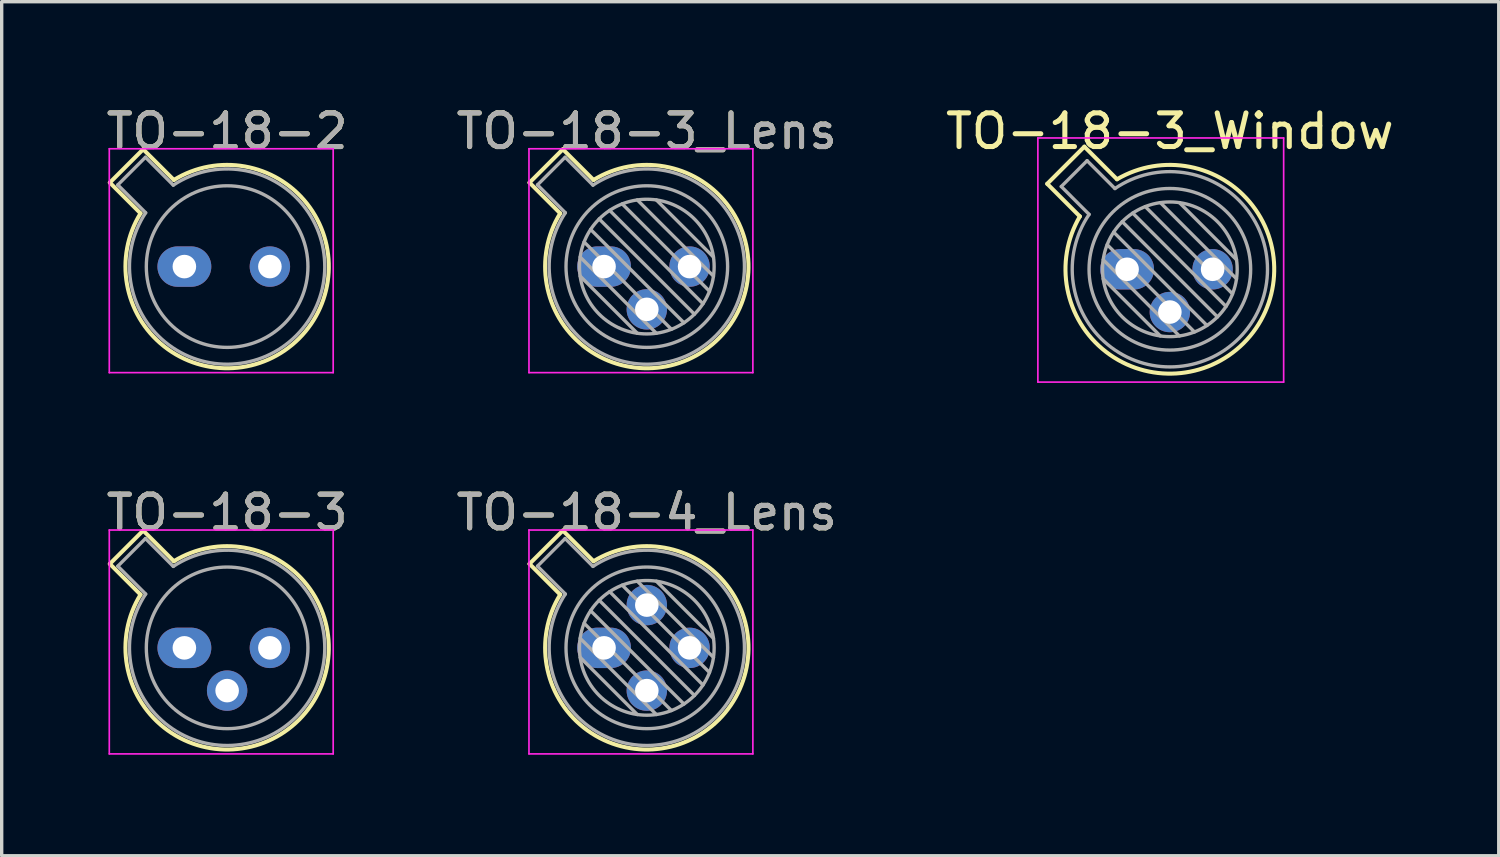
<source format=kicad_pcb>
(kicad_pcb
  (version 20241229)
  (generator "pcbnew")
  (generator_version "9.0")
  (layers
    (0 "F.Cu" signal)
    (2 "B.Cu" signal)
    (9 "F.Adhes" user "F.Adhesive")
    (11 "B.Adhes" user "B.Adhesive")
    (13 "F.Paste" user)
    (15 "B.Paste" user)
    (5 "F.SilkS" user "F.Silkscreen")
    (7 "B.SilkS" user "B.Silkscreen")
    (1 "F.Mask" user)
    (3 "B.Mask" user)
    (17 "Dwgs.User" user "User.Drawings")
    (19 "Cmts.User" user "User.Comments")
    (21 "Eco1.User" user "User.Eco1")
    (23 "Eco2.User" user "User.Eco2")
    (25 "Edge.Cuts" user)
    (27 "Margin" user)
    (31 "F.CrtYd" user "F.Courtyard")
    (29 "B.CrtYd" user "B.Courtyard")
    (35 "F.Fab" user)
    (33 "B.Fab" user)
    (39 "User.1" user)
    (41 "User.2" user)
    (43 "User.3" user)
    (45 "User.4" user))
  (footprint "TO-18-3"
    (layer "F.Cu")
    (at 2.426 16.192)
    (property "Reference" "TO-18-3" (at 1.27 -4.02 0) (layer "F.SilkS") (effects (font (size 1 1) (thickness 0.15))))
    (attr through_hole)
    (fp_line (start -2.214 -2.494) (end -1.302 -1.582) (stroke (width 0.12) (type solid)) (layer "F.SilkS"))
    (fp_line (start -1.224 -3.484) (end -2.214 -2.494) (stroke (width 0.12) (type solid)) (layer "F.SilkS"))
    (fp_line (start -0.312 -2.572) (end -1.224 -3.484) (stroke (width 0.12) (type solid)) (layer "F.SilkS"))
    (fp_arc (start -0.312331 -2.572281) (mid 3.405374 2.135551) (end -1.30215 -1.582544) (stroke (width 0.12) (type solid)) (layer "F.SilkS"))
    (fp_line (start -2.23 -3.5) (end -2.23 3.15) (stroke (width 0.05) (type solid)) (layer "F.CrtYd"))
    (fp_line (start -2.23 3.15) (end 4.42 3.15) (stroke (width 0.05) (type solid)) (layer "F.CrtYd"))
    (fp_line (start 4.42 -3.5) (end -2.23 -3.5) (stroke (width 0.05) (type solid)) (layer "F.CrtYd"))
    (fp_line (start 4.42 3.15) (end 4.42 -3.5) (stroke (width 0.05) (type solid)) (layer "F.CrtYd"))
    (fp_line (start -1.977 -2.426) (end -1.149 -1.599) (stroke (width 0.1) (type solid)) (layer "F.Fab"))
    (fp_line (start -1.156 -3.247) (end -1.977 -2.426) (stroke (width 0.1) (type solid)) (layer "F.Fab"))
    (fp_line (start -0.329 -2.419) (end -1.156 -3.247) (stroke (width 0.1) (type solid)) (layer "F.Fab"))
    (fp_arc (start -0.329057 -2.419301) (mid 3.321076 2.050143) (end -1.150029 -1.597956) (stroke (width 0.1) (type solid)) (layer "F.Fab"))
    (fp_circle (center 1.27 0) (end 3.67 0) (stroke (width 0.1) (type solid)) (fill no) (layer "F.Fab"))
    (fp_text user "${REFERENCE}" (at 1.27 -4.02 0) (layer "F.Fab") (effects (font (size 1 1) (thickness 0.15))))
    (pad "1" thru_hole oval (at 0 0) (size 1.6 1.2) (drill 0.7) (layers "*.Cu" "*.Mask"))
    (pad "2" thru_hole oval (at 1.27 1.27) (size 1.2 1.2) (drill 0.7) (layers "*.Cu" "*.Mask"))
    (pad "3" thru_hole oval (at 2.54 0) (size 1.2 1.2) (drill 0.7) (layers "*.Cu" "*.Mask")))
  (footprint "TO-18-4_Lens"
    (layer "F.Cu")
    (at 14.891 16.192)
    (property "Reference" "TO-18-4_Lens" (at 1.27 -4.02 0) (layer "F.SilkS") (effects (font (size 1 1) (thickness 0.15))))
    (attr through_hole)
    (fp_line (start -2.214 -2.494) (end -1.302 -1.582) (stroke (width 0.12) (type solid)) (layer "F.SilkS"))
    (fp_line (start -1.224 -3.484) (end -2.214 -2.494) (stroke (width 0.12) (type solid)) (layer "F.SilkS"))
    (fp_line (start -0.312 -2.572) (end -1.224 -3.484) (stroke (width 0.12) (type solid)) (layer "F.SilkS"))
    (fp_arc (start -0.312331 -2.572281) (mid 3.405374 2.135551) (end -1.30215 -1.582544) (stroke (width 0.12) (type solid)) (layer "F.SilkS"))
    (fp_line (start -2.23 -3.5) (end -2.23 3.15) (stroke (width 0.05) (type solid)) (layer "F.CrtYd"))
    (fp_line (start -2.23 3.15) (end 4.42 3.15) (stroke (width 0.05) (type solid)) (layer "F.CrtYd"))
    (fp_line (start 4.42 -3.5) (end -2.23 -3.5) (stroke (width 0.05) (type solid)) (layer "F.CrtYd"))
    (fp_line (start 4.42 3.15) (end 4.42 -3.5) (stroke (width 0.05) (type solid)) (layer "F.CrtYd"))
    (fp_line (start -1.977 -2.426) (end -1.149 -1.599) (stroke (width 0.1) (type solid)) (layer "F.Fab"))
    (fp_line (start -1.156 -3.247) (end -1.977 -2.426) (stroke (width 0.1) (type solid)) (layer "F.Fab"))
    (fp_line (start -0.71 -0.283) (end 1.553 1.98) (stroke (width 0.1) (type solid)) (layer "F.Fab"))
    (fp_line (start -0.71 0.283) (end 0.987 1.98) (stroke (width 0.1) (type solid)) (layer "F.Fab"))
    (fp_line (start -0.592 -0.731) (end 2.001 1.862) (stroke (width 0.1) (type solid)) (layer "F.Fab"))
    (fp_line (start -0.399 -1.103) (end 2.373 1.669) (stroke (width 0.1) (type solid)) (layer "F.Fab"))
    (fp_line (start -0.329 -2.419) (end -1.156 -3.247) (stroke (width 0.1) (type solid)) (layer "F.Fab"))
    (fp_line (start -0.145 -1.415) (end 2.685 1.415) (stroke (width 0.1) (type solid)) (layer "F.Fab"))
    (fp_line (start 0.167 -1.669) (end 2.939 1.103) (stroke (width 0.1) (type solid)) (layer "F.Fab"))
    (fp_line (start 0.539 -1.862) (end 3.132 0.731) (stroke (width 0.1) (type solid)) (layer "F.Fab"))
    (fp_line (start 0.987 -1.98) (end 3.25 0.283) (stroke (width 0.1) (type solid)) (layer "F.Fab"))
    (fp_line (start 1.553 -1.98) (end 3.25 -0.283) (stroke (width 0.1) (type solid)) (layer "F.Fab"))
    (fp_arc (start -0.329057 -2.419301) (mid 3.321076 2.050143) (end -1.150029 -1.597956) (stroke (width 0.1) (type solid)) (layer "F.Fab"))
    (fp_circle (center 1.27 0) (end 3.27 0) (stroke (width 0.1) (type solid)) (fill no) (layer "F.Fab"))
    (fp_circle (center 1.27 0) (end 3.67 0) (stroke (width 0.1) (type solid)) (fill no) (layer "F.Fab"))
    (fp_text user "${REFERENCE}" (at 1.27 -4.02 0) (layer "F.Fab") (effects (font (size 1 1) (thickness 0.15))))
    (pad "1" thru_hole oval (at 0 0) (size 1.6 1.2) (drill 0.7) (layers "*.Cu" "*.Mask"))
    (pad "2" thru_hole oval (at 1.27 1.27) (size 1.2 1.2) (drill 0.7) (layers "*.Cu" "*.Mask"))
    (pad "3" thru_hole oval (at 2.54 0) (size 1.2 1.2) (drill 0.7) (layers "*.Cu" "*.Mask"))
    (pad "4" thru_hole oval (at 1.27 -1.27) (size 1.2 1.2) (drill 0.7) (layers "*.Cu" "*.Mask")))
  (footprint "TO-18-3_Window"
    (layer "F.Cu")
    (at 30.426 4.948)
    (property "Reference" "TO-18-3_Window" (at 1.27 -4.1 0) (layer "F.SilkS") (effects (font (size 1 1) (thickness 0.15))))
    (attr through_hole)
    (fp_line (start -2.372 -2.539) (end -1.403 -1.57) (stroke (width 0.12) (type solid)) (layer "F.SilkS"))
    (fp_line (start -1.269 -3.642) (end -2.372 -2.539) (stroke (width 0.12) (type solid)) (layer "F.SilkS"))
    (fp_line (start -0.3 -2.673) (end -1.269 -3.642) (stroke (width 0.12) (type solid)) (layer "F.SilkS"))
    (fp_arc (start -0.299966 -2.673052) (mid 3.461152 2.19291) (end -1.401792 -1.572109) (stroke (width 0.12) (type solid)) (layer "F.SilkS"))
    (fp_line (start -2.65 -3.9) (end -2.65 3.35) (stroke (width 0.05) (type solid)) (layer "F.CrtYd"))
    (fp_line (start -2.65 3.35) (end 4.65 3.35) (stroke (width 0.05) (type solid)) (layer "F.CrtYd"))
    (fp_line (start 4.65 -3.9) (end -2.65 -3.9) (stroke (width 0.05) (type solid)) (layer "F.CrtYd"))
    (fp_line (start 4.65 3.35) (end 4.65 -3.9) (stroke (width 0.05) (type solid)) (layer "F.CrtYd"))
    (fp_line (start -1.955 -2.458) (end -1.128 -1.631) (stroke (width 0.1) (type solid)) (layer "F.Fab"))
    (fp_line (start -1.188 -3.225) (end -1.955 -2.458) (stroke (width 0.1) (type solid)) (layer "F.Fab"))
    (fp_line (start -0.71 -0.283) (end 1.553 1.98) (stroke (width 0.1) (type solid)) (layer "F.Fab"))
    (fp_line (start -0.71 0.283) (end 0.987 1.98) (stroke (width 0.1) (type solid)) (layer "F.Fab"))
    (fp_line (start -0.592 -0.731) (end 2.001 1.862) (stroke (width 0.1) (type solid)) (layer "F.Fab"))
    (fp_line (start -0.399 -1.103) (end 2.373 1.669) (stroke (width 0.1) (type solid)) (layer "F.Fab"))
    (fp_line (start -0.361 -2.398) (end -1.188 -3.225) (stroke (width 0.1) (type solid)) (layer "F.Fab"))
    (fp_line (start -0.145 -1.415) (end 2.685 1.415) (stroke (width 0.1) (type solid)) (layer "F.Fab"))
    (fp_line (start 0.167 -1.669) (end 2.939 1.103) (stroke (width 0.1) (type solid)) (layer "F.Fab"))
    (fp_line (start 0.539 -1.862) (end 3.132 0.731) (stroke (width 0.1) (type solid)) (layer "F.Fab"))
    (fp_line (start 0.987 -1.98) (end 3.25 0.283) (stroke (width 0.1) (type solid)) (layer "F.Fab"))
    (fp_line (start 1.553 -1.98) (end 3.25 -0.283) (stroke (width 0.1) (type solid)) (layer "F.Fab"))
    (fp_arc (start -0.360736 -2.398061) (mid 3.321203 2.050015) (end -1.129005 -1.629347) (stroke (width 0.1) (type solid)) (layer "F.Fab"))
    (fp_circle (center 1.27 0) (end 3.27 0) (stroke (width 0.1) (type solid)) (fill no) (layer "F.Fab"))
    (fp_circle (center 1.27 0) (end 3.67 0) (stroke (width 0.1) (type solid)) (fill no) (layer "F.Fab"))
    (pad "1" thru_hole oval (at 0 0) (size 1.6 1.2) (drill 0.7) (layers "*.Cu" "*.Mask"))
    (pad "2" thru_hole oval (at 1.27 1.27) (size 1.2 1.2) (drill 0.7) (layers "*.Cu" "*.Mask"))
    (pad "3" thru_hole oval (at 2.54 0) (size 1.2 1.2) (drill 0.7) (layers "*.Cu" "*.Mask")))
  (footprint "TO-18-2"
    (layer "F.Cu")
    (at 2.426 4.868)
    (property "Reference" "TO-18-2" (at 1.27 -4.02 0) (layer "F.SilkS") (effects (font (size 1 1) (thickness 0.15))))
    (attr through_hole)
    (fp_line (start -2.214 -2.494) (end -1.302 -1.582) (stroke (width 0.12) (type solid)) (layer "F.SilkS"))
    (fp_line (start -1.224 -3.484) (end -2.214 -2.494) (stroke (width 0.12) (type solid)) (layer "F.SilkS"))
    (fp_line (start -0.312 -2.572) (end -1.224 -3.484) (stroke (width 0.12) (type solid)) (layer "F.SilkS"))
    (fp_arc (start -0.312331 -2.572281) (mid 3.405374 2.135551) (end -1.30215 -1.582544) (stroke (width 0.12) (type solid)) (layer "F.SilkS"))
    (fp_line (start -2.23 -3.5) (end -2.23 3.15) (stroke (width 0.05) (type solid)) (layer "F.CrtYd"))
    (fp_line (start -2.23 3.15) (end 4.42 3.15) (stroke (width 0.05) (type solid)) (layer "F.CrtYd"))
    (fp_line (start 4.42 -3.5) (end -2.23 -3.5) (stroke (width 0.05) (type solid)) (layer "F.CrtYd"))
    (fp_line (start 4.42 3.15) (end 4.42 -3.5) (stroke (width 0.05) (type solid)) (layer "F.CrtYd"))
    (fp_line (start -1.977 -2.426) (end -1.149 -1.599) (stroke (width 0.1) (type solid)) (layer "F.Fab"))
    (fp_line (start -1.156 -3.247) (end -1.977 -2.426) (stroke (width 0.1) (type solid)) (layer "F.Fab"))
    (fp_line (start -0.329 -2.419) (end -1.156 -3.247) (stroke (width 0.1) (type solid)) (layer "F.Fab"))
    (fp_arc (start -0.329057 -2.419301) (mid 3.321076 2.050143) (end -1.150029 -1.597956) (stroke (width 0.1) (type solid)) (layer "F.Fab"))
    (fp_circle (center 1.27 0) (end 3.67 0) (stroke (width 0.1) (type solid)) (fill no) (layer "F.Fab"))
    (fp_text user "${REFERENCE}" (at 1.27 -4.02 0) (layer "F.Fab") (effects (font (size 1 1) (thickness 0.15))))
    (pad "1" thru_hole oval (at 0 0) (size 1.6 1.2) (drill 0.7) (layers "*.Cu" "*.Mask"))
    (pad "2" thru_hole oval (at 2.54 0) (size 1.2 1.2) (drill 0.7) (layers "*.Cu" "*.Mask")))
  (footprint "TO-18-3_Lens"
    (layer "F.Cu")
    (at 14.891 4.868)
    (property "Reference" "TO-18-3_Lens" (at 1.27 -4.02 0) (layer "F.SilkS") (effects (font (size 1 1) (thickness 0.15))))
    (attr through_hole)
    (fp_line (start -2.214 -2.494) (end -1.302 -1.582) (stroke (width 0.12) (type solid)) (layer "F.SilkS"))
    (fp_line (start -1.224 -3.484) (end -2.214 -2.494) (stroke (width 0.12) (type solid)) (layer "F.SilkS"))
    (fp_line (start -0.312 -2.572) (end -1.224 -3.484) (stroke (width 0.12) (type solid)) (layer "F.SilkS"))
    (fp_arc (start -0.312331 -2.572281) (mid 3.405374 2.135551) (end -1.30215 -1.582544) (stroke (width 0.12) (type solid)) (layer "F.SilkS"))
    (fp_line (start -2.23 -3.5) (end -2.23 3.15) (stroke (width 0.05) (type solid)) (layer "F.CrtYd"))
    (fp_line (start -2.23 3.15) (end 4.42 3.15) (stroke (width 0.05) (type solid)) (layer "F.CrtYd"))
    (fp_line (start 4.42 -3.5) (end -2.23 -3.5) (stroke (width 0.05) (type solid)) (layer "F.CrtYd"))
    (fp_line (start 4.42 3.15) (end 4.42 -3.5) (stroke (width 0.05) (type solid)) (layer "F.CrtYd"))
    (fp_line (start -1.977 -2.426) (end -1.149 -1.599) (stroke (width 0.1) (type solid)) (layer "F.Fab"))
    (fp_line (start -1.156 -3.247) (end -1.977 -2.426) (stroke (width 0.1) (type solid)) (layer "F.Fab"))
    (fp_line (start -0.71 -0.283) (end 1.553 1.98) (stroke (width 0.1) (type solid)) (layer "F.Fab"))
    (fp_line (start -0.71 0.283) (end 0.987 1.98) (stroke (width 0.1) (type solid)) (layer "F.Fab"))
    (fp_line (start -0.592 -0.731) (end 2.001 1.862) (stroke (width 0.1) (type solid)) (layer "F.Fab"))
    (fp_line (start -0.399 -1.103) (end 2.373 1.669) (stroke (width 0.1) (type solid)) (layer "F.Fab"))
    (fp_line (start -0.329 -2.419) (end -1.156 -3.247) (stroke (width 0.1) (type solid)) (layer "F.Fab"))
    (fp_line (start -0.145 -1.415) (end 2.685 1.415) (stroke (width 0.1) (type solid)) (layer "F.Fab"))
    (fp_line (start 0.167 -1.669) (end 2.939 1.103) (stroke (width 0.1) (type solid)) (layer "F.Fab"))
    (fp_line (start 0.539 -1.862) (end 3.132 0.731) (stroke (width 0.1) (type solid)) (layer "F.Fab"))
    (fp_line (start 0.987 -1.98) (end 3.25 0.283) (stroke (width 0.1) (type solid)) (layer "F.Fab"))
    (fp_line (start 1.553 -1.98) (end 3.25 -0.283) (stroke (width 0.1) (type solid)) (layer "F.Fab"))
    (fp_arc (start -0.329057 -2.419301) (mid 3.321076 2.050143) (end -1.150029 -1.597956) (stroke (width 0.1) (type solid)) (layer "F.Fab"))
    (fp_circle (center 1.27 0) (end 3.27 0) (stroke (width 0.1) (type solid)) (fill no) (layer "F.Fab"))
    (fp_circle (center 1.27 0) (end 3.67 0) (stroke (width 0.1) (type solid)) (fill no) (layer "F.Fab"))
    (fp_text user "${REFERENCE}" (at 1.27 -4.02 0) (layer "F.Fab") (effects (font (size 1 1) (thickness 0.15))))
    (pad "1" thru_hole oval (at 0 0) (size 1.6 1.2) (drill 0.7) (layers "*.Cu" "*.Mask"))
    (pad "2" thru_hole oval (at 1.27 1.27) (size 1.2 1.2) (drill 0.7) (layers "*.Cu" "*.Mask"))
    (pad "3" thru_hole oval (at 2.54 0) (size 1.2 1.2) (drill 0.7) (layers "*.Cu" "*.Mask")))
  (gr_rect
    (start -3 -3)
    (end 41.464 22.366)
    (stroke (width 0.1) (type default))
    (fill no)
    (layer "Edge.Cuts")))
</source>
